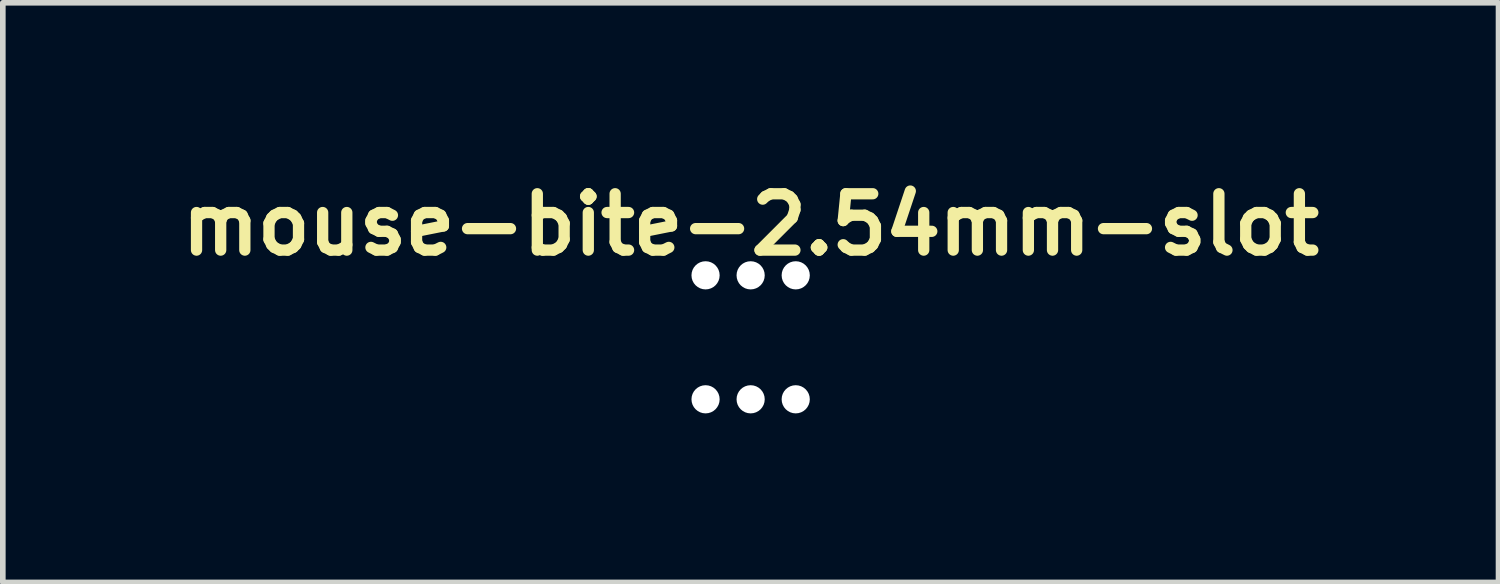
<source format=kicad_pcb>
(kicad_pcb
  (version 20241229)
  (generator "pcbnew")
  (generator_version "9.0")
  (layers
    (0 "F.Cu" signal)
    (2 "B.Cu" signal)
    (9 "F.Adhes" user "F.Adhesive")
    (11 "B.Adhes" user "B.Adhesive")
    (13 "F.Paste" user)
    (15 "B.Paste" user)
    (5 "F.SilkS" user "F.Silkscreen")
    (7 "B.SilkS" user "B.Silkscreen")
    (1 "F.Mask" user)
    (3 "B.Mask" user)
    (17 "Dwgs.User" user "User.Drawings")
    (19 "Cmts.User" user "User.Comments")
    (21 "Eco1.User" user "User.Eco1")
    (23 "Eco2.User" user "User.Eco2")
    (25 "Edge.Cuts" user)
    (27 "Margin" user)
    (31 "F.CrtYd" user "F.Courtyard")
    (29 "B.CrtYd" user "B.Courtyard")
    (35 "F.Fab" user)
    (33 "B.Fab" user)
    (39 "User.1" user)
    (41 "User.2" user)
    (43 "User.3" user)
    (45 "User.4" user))
  (footprint "mouse-bite-2.54mm-slot"
    (layer "F.Cu")
    (at 10.271 2.936)
    (property "Reference" "mouse-bite-2.54mm-slot" (at 0 -2 0) (layer "F.SilkS") (effects (font (size 1 1) (thickness 0.2))))
    (attr through_hole board_only)
    (pad "" np_thru_hole circle (at -0.8 -1.1) (size 0.5 0.5) (drill 0.5) (layers "*.Cu" "*.Mask"))
    (pad "" np_thru_hole circle (at -0.8 1.1) (size 0.5 0.5) (drill 0.5) (layers "*.Cu" "*.Mask"))
    (pad "" np_thru_hole circle (at 0 -1.1) (size 0.5 0.5) (drill 0.5) (layers "*.Cu" "*.Mask"))
    (pad "" np_thru_hole circle (at 0 1.1) (size 0.5 0.5) (drill 0.5) (layers "*.Cu" "*.Mask"))
    (pad "" np_thru_hole circle (at 0.8 -1.1) (size 0.5 0.5) (drill 0.5) (layers "*.Cu" "*.Mask"))
    (pad "" np_thru_hole circle (at 0.8 1.1) (size 0.5 0.5) (drill 0.5) (layers "*.Cu" "*.Mask")))
  (gr_rect
    (start -3 -3)
    (end 23.543 7.286)
    (stroke (width 0.1) (type default))
    (fill no)
    (layer "Edge.Cuts")))
</source>
